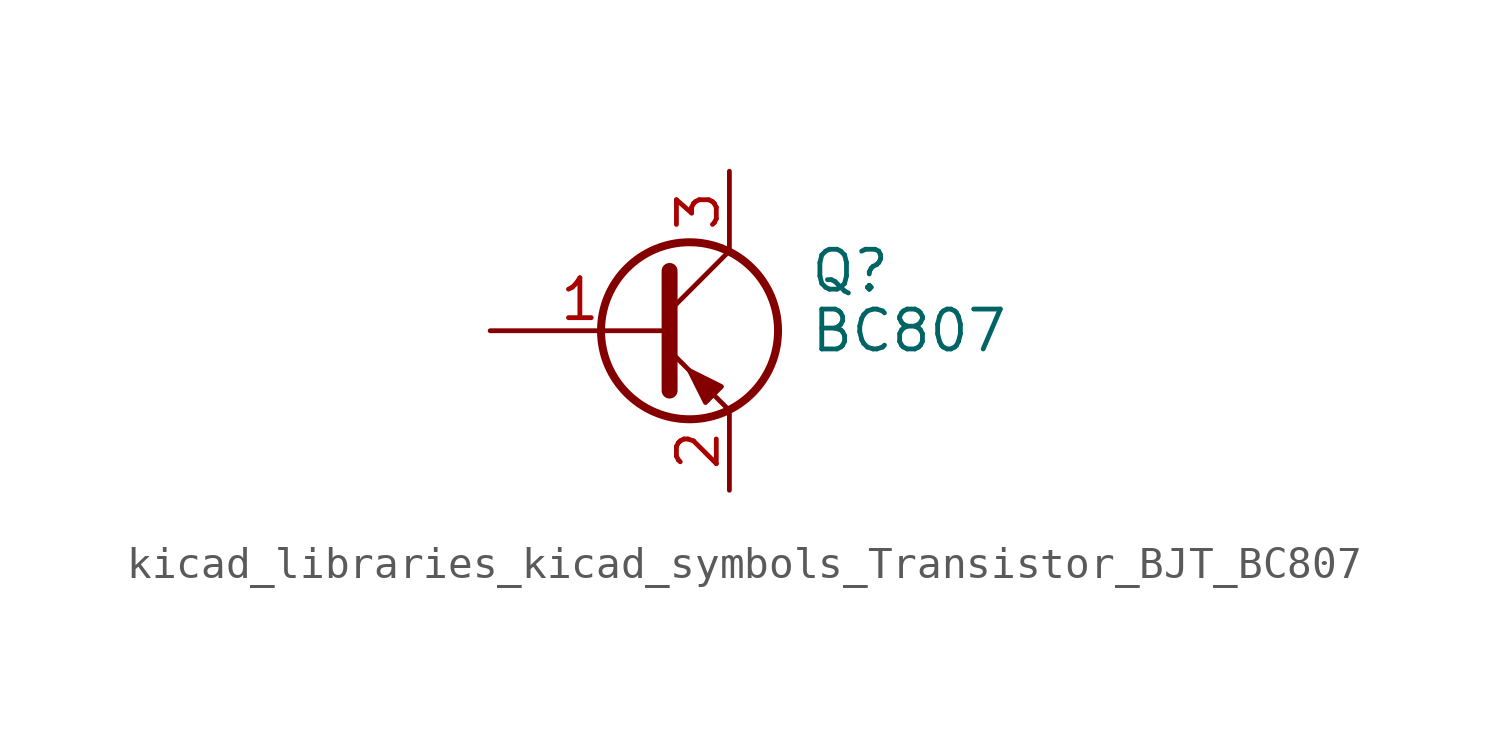
<source format=kicad_sym>
(kicad_symbol_lib
  (version 20220914)
  (generator kicad_symbol_editor)
  (symbol "kicad_libraries_kicad_symbols_Transistor_BJT_BC807"
    (pin_names
      (offset 0) hide)
    (property "Reference" "Q"
      (at 5.08 1.905 0)
      (effects (font (size 1.27 1.27)) (justify left)))
    (property "Value" "BC807"
      (at 5.08 0 0)
      (effects (font (size 1.27 1.27)) (justify left)))
    (symbol "kicad_libraries_kicad_symbols_Transistor_BJT_BC807_0_1"
      (polyline (pts (xy 0.635 0.635) (xy 2.54 2.54)) (stroke (width 0) (type default)) (fill (type none)))
      (polyline (pts (xy 0.635 -0.635) (xy 2.54 -2.54) (xy 2.54 -2.54)) (stroke (width 0) (type default)) (fill (type none)))
      (polyline (pts (xy 0.635 1.905) (xy 0.635 -1.905) (xy 0.635 -1.905)) (stroke (width 0.508) (type default)) (fill (type none)))
      (polyline (pts (xy 2.286 -1.778) (xy 1.778 -2.286) (xy 1.27 -1.27) (xy 2.286 -1.778) (xy 2.286 -1.778)) (stroke (width 0) (type default)) (fill (type outline)))
      (circle (center 1.27 0) (radius 2.819) (stroke (width 0.254) (type default)) (fill (type none))))
    (symbol "kicad_libraries_kicad_symbols_Transistor_BJT_BC807_1_1"
      (pin input line (at -5.08 0 0) (length 5.715) (name "B" (effects (font (size 1.27 1.27)))) (number "1" (effects (font (size 1.27 1.27)))))
      (pin passive line (at 2.54 -5.08 90) (length 2.54) (name "E" (effects (font (size 1.27 1.27)))) (number "2" (effects (font (size 1.27 1.27)))))
      (pin passive line (at 2.54 5.08 270) (length 2.54) (name "C" (effects (font (size 1.27 1.27)))) (number "3" (effects (font (size 1.27 1.27))))))))
</source>
